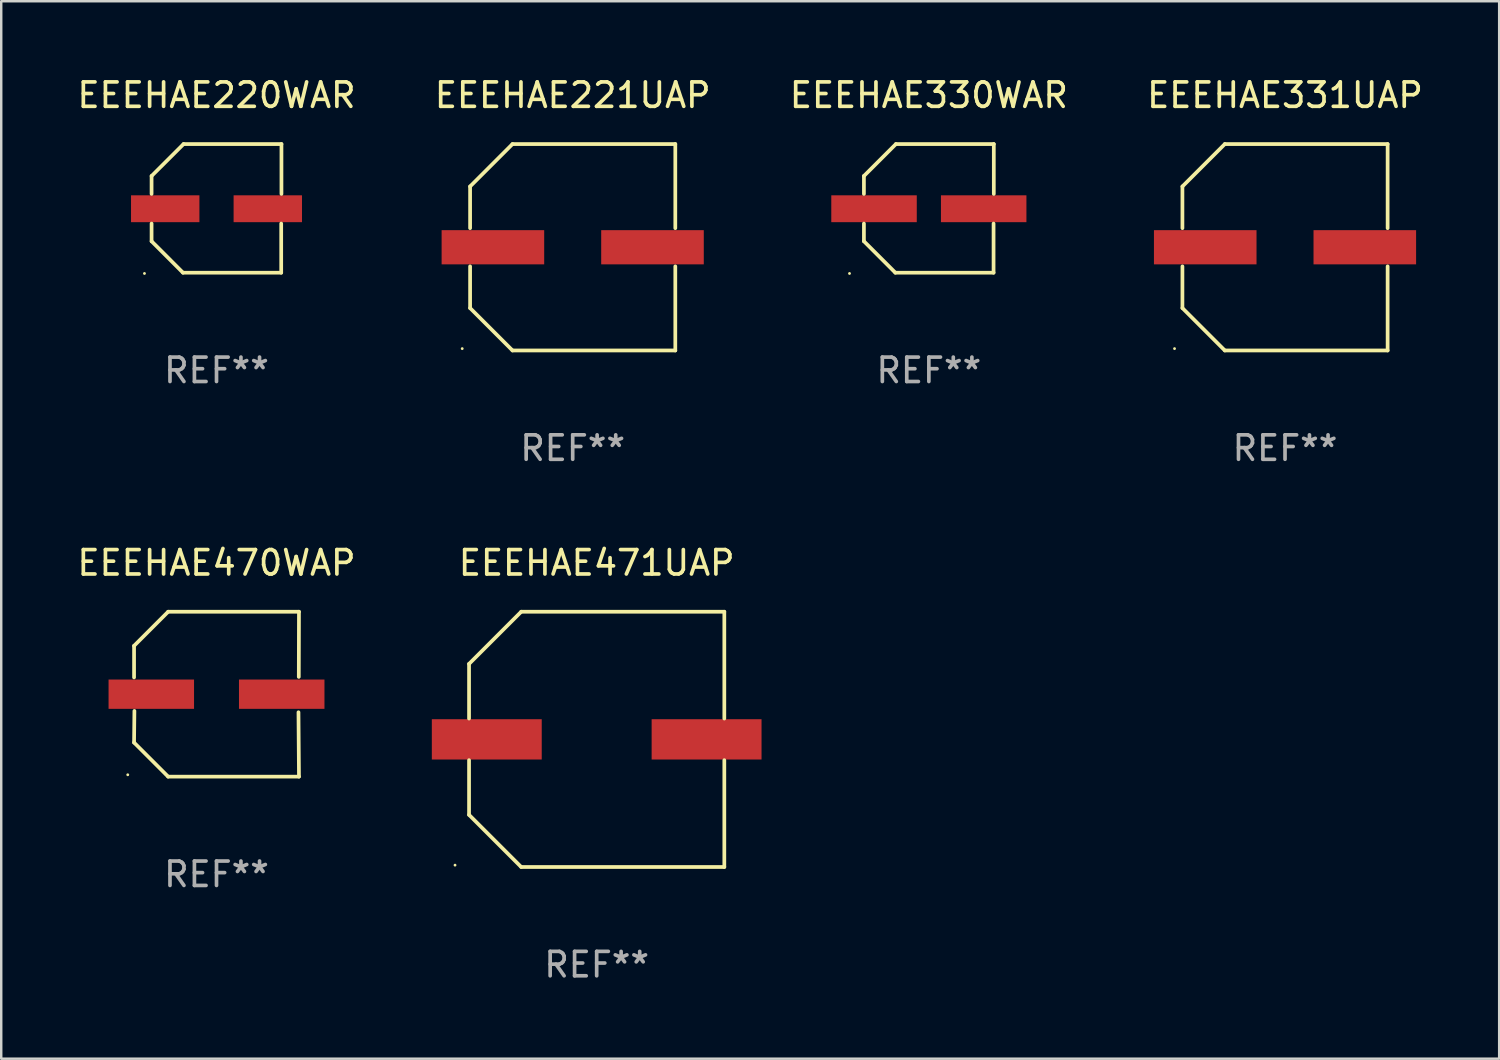
<source format=kicad_pcb>
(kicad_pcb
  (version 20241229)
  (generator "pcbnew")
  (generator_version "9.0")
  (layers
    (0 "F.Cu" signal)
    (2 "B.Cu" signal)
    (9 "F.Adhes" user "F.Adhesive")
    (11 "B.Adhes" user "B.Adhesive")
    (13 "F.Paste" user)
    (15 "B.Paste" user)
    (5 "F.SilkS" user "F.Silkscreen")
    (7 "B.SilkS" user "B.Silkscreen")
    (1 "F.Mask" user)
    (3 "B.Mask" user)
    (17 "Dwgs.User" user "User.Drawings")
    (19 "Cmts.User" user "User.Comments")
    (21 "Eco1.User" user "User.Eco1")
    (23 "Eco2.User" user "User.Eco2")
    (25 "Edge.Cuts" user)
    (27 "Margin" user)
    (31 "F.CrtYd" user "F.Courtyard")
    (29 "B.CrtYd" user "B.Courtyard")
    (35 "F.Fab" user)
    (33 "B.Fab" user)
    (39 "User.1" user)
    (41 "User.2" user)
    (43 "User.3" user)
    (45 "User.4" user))
  (footprint "EEEHAE221UAP"
    (layer "F.Cu")
    (at 20.399 7.074)
    (property "Reference" "EEEHAE221UAP" (at 0 -6.226 0) (layer "F.SilkS") (effects (font (size 1 1) (thickness 0.15))))
    (attr through_hole)
    (fp_line (start -4.201 -2.49) (end -4.201 -0.782) (stroke (width 0.152) (type solid)) (layer "F.SilkS"))
    (fp_line (start -4.201 2.49) (end -4.201 0.782) (stroke (width 0.152) (type solid)) (layer "F.SilkS"))
    (fp_line (start -2.465 -4.226) (end -4.201 -2.49) (stroke (width 0.152) (type solid)) (layer "F.SilkS"))
    (fp_line (start -2.465 4.226) (end -4.201 2.49) (stroke (width 0.152) (type solid)) (layer "F.SilkS"))
    (fp_line (start 4.201 -4.226) (end -2.465 -4.226) (stroke (width 0.152) (type solid)) (layer "F.SilkS"))
    (fp_line (start 4.201 -0.782) (end 4.201 -4.226) (stroke (width 0.152) (type solid)) (layer "F.SilkS"))
    (fp_line (start 4.201 0.782) (end 4.201 4.226) (stroke (width 0.152) (type solid)) (layer "F.SilkS"))
    (fp_line (start 4.201 4.226) (end -2.465 4.226) (stroke (width 0.152) (type solid)) (layer "F.SilkS"))
    (fp_circle (center -4.524 4.15) (end -4.494 4.15) (stroke (width 0.06) (type solid)) (fill no) (layer "F.SilkS"))
    (fp_text user "REF**" (at 0 8.226 0) (layer "F.Fab") (effects (font (size 1 1) (thickness 0.15))))
    (pad "1" smd rect (at -3.267 0) (size 4.2 1.4) (layers "F.Cu" "F.Mask" "F.Paste"))
    (pad "2" smd rect (at 3.267 0) (size 4.2 1.4) (layers "F.Cu" "F.Mask" "F.Paste")))
  (footprint "EEEHAE470WAP"
    (layer "F.Cu")
    (at 5.815 25.373)
    (property "Reference" "EEEHAE470WAP" (at 0 -5.376 0) (layer "F.SilkS") (effects (font (size 1 1) (thickness 0.15))))
    (attr through_hole)
    (fp_line (start -3.376 -1.98) (end -3.376 -0.686) (stroke (width 0.152) (type solid)) (layer "F.SilkS"))
    (fp_line (start -3.376 1.981) (end -3.362 0.686) (stroke (width 0.152) (type solid)) (layer "F.SilkS"))
    (fp_line (start -1.981 3.376) (end -3.376 1.981) (stroke (width 0.152) (type solid)) (layer "F.SilkS"))
    (fp_line (start -1.98 -3.376) (end -3.376 -1.98) (stroke (width 0.152) (type solid)) (layer "F.SilkS"))
    (fp_line (start 3.356 0.74) (end 3.376 3.376) (stroke (width 0.152) (type solid)) (layer "F.SilkS"))
    (fp_line (start 3.369 -0.707) (end 3.376 -3.376) (stroke (width 0.152) (type solid)) (layer "F.SilkS"))
    (fp_line (start 3.376 3.376) (end -1.981 3.376) (stroke (width 0.152) (type solid)) (layer "F.SilkS"))
    (fp_line (start 3.376 -3.376) (end -1.98 -3.376) (stroke (width 0.152) (type solid)) (layer "F.SilkS"))
    (fp_circle (center -3.634 3.3) (end -3.604 3.3) (stroke (width 0.06) (type solid)) (fill no) (layer "F.SilkS"))
    (fp_text user "REF**" (at 0 7.376 0) (layer "F.Fab") (effects (font (size 1 1) (thickness 0.15))))
    (pad "1" smd rect (at -2.67 0.000254) (size 3.5 1.2) (layers "F.Cu" "F.Mask" "F.Paste"))
    (pad "2" smd rect (at 2.67 0.000254) (size 3.5 1.2) (layers "F.Cu" "F.Mask" "F.Paste")))
  (footprint "EEEHAE331UAP"
    (layer "F.Cu")
    (at 49.565 7.074)
    (property "Reference" "EEEHAE331UAP" (at 0 -6.226 0) (layer "F.SilkS") (effects (font (size 1 1) (thickness 0.15))))
    (attr through_hole)
    (fp_line (start -4.201 -2.49) (end -4.201 -0.782) (stroke (width 0.152) (type solid)) (layer "F.SilkS"))
    (fp_line (start -4.201 2.49) (end -4.201 0.782) (stroke (width 0.152) (type solid)) (layer "F.SilkS"))
    (fp_line (start -2.465 -4.226) (end -4.201 -2.49) (stroke (width 0.152) (type solid)) (layer "F.SilkS"))
    (fp_line (start -2.465 4.226) (end -4.201 2.49) (stroke (width 0.152) (type solid)) (layer "F.SilkS"))
    (fp_line (start 4.201 -4.226) (end -2.465 -4.226) (stroke (width 0.152) (type solid)) (layer "F.SilkS"))
    (fp_line (start 4.201 -0.782) (end 4.201 -4.226) (stroke (width 0.152) (type solid)) (layer "F.SilkS"))
    (fp_line (start 4.201 0.782) (end 4.201 4.226) (stroke (width 0.152) (type solid)) (layer "F.SilkS"))
    (fp_line (start 4.201 4.226) (end -2.465 4.226) (stroke (width 0.152) (type solid)) (layer "F.SilkS"))
    (fp_circle (center -4.524 4.15) (end -4.494 4.15) (stroke (width 0.06) (type solid)) (fill no) (layer "F.SilkS"))
    (fp_text user "REF**" (at 0 8.226 0) (layer "F.Fab") (effects (font (size 1 1) (thickness 0.15))))
    (pad "1" smd rect (at -3.267 0) (size 4.2 1.4) (layers "F.Cu" "F.Mask" "F.Paste"))
    (pad "2" smd rect (at 3.267 0) (size 4.2 1.4) (layers "F.Cu" "F.Mask" "F.Paste")))
  (footprint "EEEHAE330WAR"
    (layer "F.Cu")
    (at 34.982 5.482)
    (property "Reference" "EEEHAE330WAR" (at 0 -4.634 0) (layer "F.SilkS") (effects (font (size 1 1) (thickness 0.15))))
    (attr through_hole)
    (fp_line (start -2.659 -1.326) (end -2.659 -0.592) (stroke (width 0.152) (type solid)) (layer "F.SilkS"))
    (fp_line (start -2.659 1.346) (end -2.659 0.622) (stroke (width 0.152) (type solid)) (layer "F.SilkS"))
    (fp_line (start -1.372 2.634) (end -2.659 1.346) (stroke (width 0.152) (type solid)) (layer "F.SilkS"))
    (fp_line (start -1.349 -2.634) (end -2.659 -1.326) (stroke (width 0.152) (type solid)) (layer "F.SilkS"))
    (fp_line (start 2.649 0.622) (end 2.649 2.634) (stroke (width 0.152) (type solid)) (layer "F.SilkS"))
    (fp_line (start 2.649 2.634) (end -1.372 2.634) (stroke (width 0.152) (type solid)) (layer "F.SilkS"))
    (fp_line (start 2.659 -2.634) (end -1.349 -2.634) (stroke (width 0.152) (type solid)) (layer "F.SilkS"))
    (fp_line (start 2.659 -0.592) (end 2.659 -2.634) (stroke (width 0.152) (type solid)) (layer "F.SilkS"))
    (fp_circle (center -3.249 2.665) (end -3.219 2.665) (stroke (width 0.06) (type solid)) (fill no) (layer "F.SilkS"))
    (fp_text user "REF**" (at 0 6.634 0) (layer "F.Fab") (effects (font (size 1 1) (thickness 0.15))))
    (pad "1" smd rect (at -2.245 0.015) (size 3.5 1.1) (layers "F.Cu" "F.Mask" "F.Paste"))
    (pad "2" smd rect (at 2.245 0.015) (size 3.5 1.1) (layers "F.Cu" "F.Mask" "F.Paste")))
  (footprint "EEEHAE220WAR"
    (layer "F.Cu")
    (at 5.815 5.482)
    (property "Reference" "EEEHAE220WAR" (at 0 -4.634 0) (layer "F.SilkS") (effects (font (size 1 1) (thickness 0.15))))
    (attr through_hole)
    (fp_line (start -2.659 -1.326) (end -2.659 -0.592) (stroke (width 0.152) (type solid)) (layer "F.SilkS"))
    (fp_line (start -2.659 1.346) (end -2.659 0.622) (stroke (width 0.152) (type solid)) (layer "F.SilkS"))
    (fp_line (start -1.372 2.634) (end -2.659 1.346) (stroke (width 0.152) (type solid)) (layer "F.SilkS"))
    (fp_line (start -1.349 -2.634) (end -2.659 -1.326) (stroke (width 0.152) (type solid)) (layer "F.SilkS"))
    (fp_line (start 2.649 0.622) (end 2.649 2.634) (stroke (width 0.152) (type solid)) (layer "F.SilkS"))
    (fp_line (start 2.649 2.634) (end -1.372 2.634) (stroke (width 0.152) (type solid)) (layer "F.SilkS"))
    (fp_line (start 2.659 -2.634) (end -1.349 -2.634) (stroke (width 0.152) (type solid)) (layer "F.SilkS"))
    (fp_line (start 2.659 -0.592) (end 2.659 -2.634) (stroke (width 0.152) (type solid)) (layer "F.SilkS"))
    (fp_circle (center -2.95 2.665) (end -2.92 2.665) (stroke (width 0.06) (type solid)) (fill no) (layer "F.SilkS"))
    (fp_text user "REF**" (at 0 6.634 0) (layer "F.Fab") (effects (font (size 1 1) (thickness 0.15))))
    (pad "1" smd rect (at -2.1 0.015) (size 2.8 1.1) (layers "F.Cu" "F.Mask" "F.Paste"))
    (pad "2" smd rect (at 2.1 0.015) (size 2.8 1.1) (layers "F.Cu" "F.Mask" "F.Paste")))
  (footprint "EEEHAE471UAP"
    (layer "F.Cu")
    (at 21.381 27.223)
    (property "Reference" "EEEHAE471UAP" (at 0 -7.226 0) (layer "F.SilkS") (effects (font (size 1 1) (thickness 0.15))))
    (attr through_hole)
    (fp_line (start -5.226 -3.09) (end -5.226 -0.852) (stroke (width 0.152) (type solid)) (layer "F.SilkS"))
    (fp_line (start -5.226 3.09) (end -5.226 0.852) (stroke (width 0.152) (type solid)) (layer "F.SilkS"))
    (fp_line (start -3.09 -5.226) (end -5.226 -3.09) (stroke (width 0.152) (type solid)) (layer "F.SilkS"))
    (fp_line (start -3.09 5.226) (end -5.226 3.09) (stroke (width 0.152) (type solid)) (layer "F.SilkS"))
    (fp_line (start 5.226 -5.226) (end -3.09 -5.226) (stroke (width 0.152) (type solid)) (layer "F.SilkS"))
    (fp_line (start 5.226 -0.852) (end 5.226 -5.226) (stroke (width 0.152) (type solid)) (layer "F.SilkS"))
    (fp_line (start 5.226 0.852) (end 5.226 5.226) (stroke (width 0.152) (type solid)) (layer "F.SilkS"))
    (fp_line (start 5.226 5.226) (end -3.09 5.226) (stroke (width 0.152) (type solid)) (layer "F.SilkS"))
    (fp_circle (center -5.8 5.15) (end -5.77 5.15) (stroke (width 0.06) (type solid)) (fill no) (layer "F.SilkS"))
    (fp_text user "REF**" (at 0 9.226 0) (layer "F.Fab") (effects (font (size 1 1) (thickness 0.15))))
    (pad "1" smd rect (at -4.5 0) (size 4.5 1.65) (layers "F.Cu" "F.Mask" "F.Paste"))
    (pad "2" smd rect (at 4.5 0) (size 4.5 1.65) (layers "F.Cu" "F.Mask" "F.Paste")))
  (gr_rect
    (start -3 -3)
    (end 58.333 40.298)
    (stroke (width 0.1) (type default))
    (fill no)
    (layer "Edge.Cuts")))
</source>
